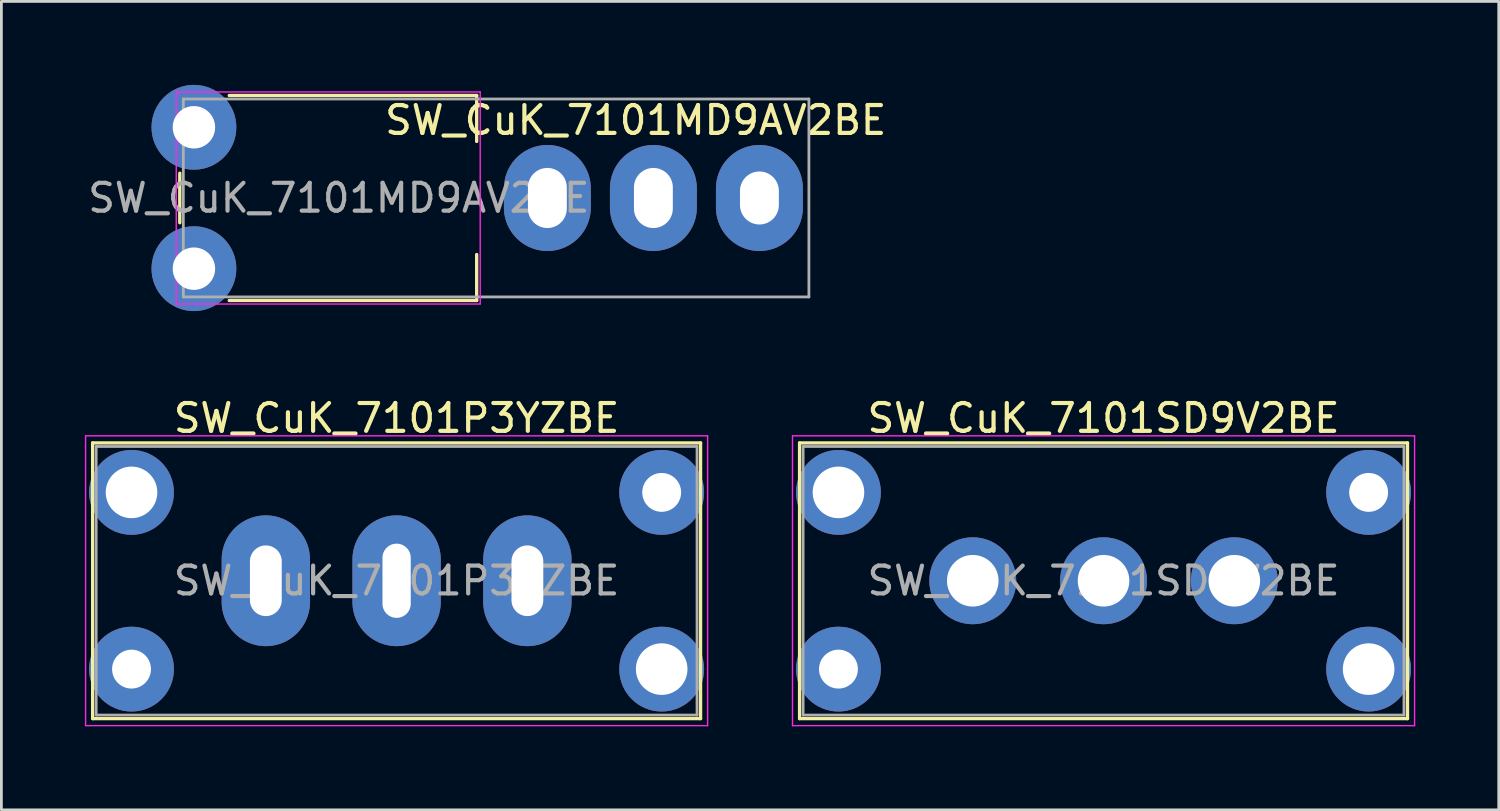
<source format=kicad_pcb>
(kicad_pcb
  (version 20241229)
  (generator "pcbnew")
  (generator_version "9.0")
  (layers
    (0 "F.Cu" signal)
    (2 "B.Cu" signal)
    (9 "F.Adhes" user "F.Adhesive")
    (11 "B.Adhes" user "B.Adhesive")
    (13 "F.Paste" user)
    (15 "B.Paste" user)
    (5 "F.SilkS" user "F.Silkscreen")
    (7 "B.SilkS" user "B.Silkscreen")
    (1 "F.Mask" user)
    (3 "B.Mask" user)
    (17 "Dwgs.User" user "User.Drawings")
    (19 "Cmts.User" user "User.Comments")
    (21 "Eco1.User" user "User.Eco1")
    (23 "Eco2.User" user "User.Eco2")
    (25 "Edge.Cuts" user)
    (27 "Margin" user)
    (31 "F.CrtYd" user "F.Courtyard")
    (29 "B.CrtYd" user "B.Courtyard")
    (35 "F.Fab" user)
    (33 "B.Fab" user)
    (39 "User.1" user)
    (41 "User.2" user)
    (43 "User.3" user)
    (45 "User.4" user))
  (footprint "SW_CuK_7101SD9V2BE"
    (layer "F.Cu")
    (at 31.904 17.818)
    (property "Reference" "SW_CuK_7101SD9V2BE" (at 4.699 -5.842 0) (layer "F.SilkS") (effects (font (size 1 1) (thickness 0.15))))
    (attr through_hole)
    (fp_line (start -6.223 -4.953) (end -6.223 4.953) (stroke (width 0.12) (type solid)) (layer "F.SilkS"))
    (fp_line (start 15.621 -4.953) (end -6.223 -4.953) (stroke (width 0.12) (type solid)) (layer "F.SilkS"))
    (fp_line (start 15.621 -4.953) (end 15.621 4.953) (stroke (width 0.12) (type solid)) (layer "F.SilkS"))
    (fp_line (start 15.621 4.953) (end -6.223 4.953) (stroke (width 0.12) (type solid)) (layer "F.SilkS"))
    (fp_line (start -6.477 -5.207) (end 15.875 -5.207) (stroke (width 0.05) (type solid)) (layer "F.CrtYd"))
    (fp_line (start -6.477 5.207) (end -6.477 -5.207) (stroke (width 0.05) (type solid)) (layer "F.CrtYd"))
    (fp_line (start 15.875 -5.207) (end 15.875 5.207) (stroke (width 0.05) (type solid)) (layer "F.CrtYd"))
    (fp_line (start 15.875 5.207) (end -6.477 5.207) (stroke (width 0.05) (type solid)) (layer "F.CrtYd"))
    (fp_line (start -6.096 -4.826) (end 15.494 -4.826) (stroke (width 0.1) (type solid)) (layer "F.Fab"))
    (fp_line (start -6.096 4.826) (end -6.096 -4.826) (stroke (width 0.1) (type solid)) (layer "F.Fab"))
    (fp_line (start 15.494 -4.826) (end 15.494 4.826) (stroke (width 0.1) (type solid)) (layer "F.Fab"))
    (fp_line (start 15.494 4.826) (end -6.096 4.826) (stroke (width 0.1) (type solid)) (layer "F.Fab"))
    (fp_text user "${REFERENCE}" (at 4.699 0 0) (layer "F.Fab") (effects (font (size 1 1) (thickness 0.15))))
    (pad "0" thru_hole circle (at -4.826 -3.175) (size 3.048 3.048) (drill 1.854) (layers "*.Cu" "*.Mask"))
    (pad "0" thru_hole circle (at -4.826 3.175) (size 3.048 3.048) (drill 1.397) (layers "*.Cu" "*.Mask"))
    (pad "0" thru_hole circle (at 14.224 -3.175) (size 3.048 3.048) (drill 1.397) (layers "*.Cu" "*.Mask"))
    (pad "0" thru_hole circle (at 14.224 3.175) (size 3.048 3.048) (drill 1.854) (layers "*.Cu" "*.Mask"))
    (pad "1" thru_hole circle (at 0 0) (size 3.124 3.124) (drill 1.854) (layers "*.Cu" "*.Mask"))
    (pad "2" thru_hole circle (at 4.699 0) (size 3.124 3.124) (drill 1.854) (layers "*.Cu" "*.Mask"))
    (pad "3" thru_hole circle (at 9.398 0) (size 3.124 3.124) (drill 1.854) (layers "*.Cu" "*.Mask")))
  (footprint "SW_CuK_7101P3YZBE"
    (layer "F.Cu")
    (at 6.502 17.818)
    (property "Reference" "SW_CuK_7101P3YZBE" (at 4.699 -5.842 0) (layer "F.SilkS") (effects (font (size 1 1) (thickness 0.15))))
    (attr through_hole)
    (fp_line (start -6.223 -4.953) (end -6.223 4.953) (stroke (width 0.12) (type solid)) (layer "F.SilkS"))
    (fp_line (start 15.621 -4.953) (end -6.223 -4.953) (stroke (width 0.12) (type solid)) (layer "F.SilkS"))
    (fp_line (start 15.621 -4.953) (end 15.621 4.953) (stroke (width 0.12) (type solid)) (layer "F.SilkS"))
    (fp_line (start 15.621 4.953) (end -6.223 4.953) (stroke (width 0.12) (type solid)) (layer "F.SilkS"))
    (fp_line (start -6.477 -5.207) (end 15.875 -5.207) (stroke (width 0.05) (type solid)) (layer "F.CrtYd"))
    (fp_line (start -6.477 5.207) (end -6.477 -5.207) (stroke (width 0.05) (type solid)) (layer "F.CrtYd"))
    (fp_line (start 15.875 -5.207) (end 15.875 5.207) (stroke (width 0.05) (type solid)) (layer "F.CrtYd"))
    (fp_line (start 15.875 5.207) (end -6.477 5.207) (stroke (width 0.05) (type solid)) (layer "F.CrtYd"))
    (fp_line (start -6.096 -4.826) (end 15.494 -4.826) (stroke (width 0.1) (type solid)) (layer "F.Fab"))
    (fp_line (start -6.096 4.826) (end -6.096 -4.826) (stroke (width 0.1) (type solid)) (layer "F.Fab"))
    (fp_line (start 15.494 -4.826) (end 15.494 4.826) (stroke (width 0.1) (type solid)) (layer "F.Fab"))
    (fp_line (start 15.494 4.826) (end -6.096 4.826) (stroke (width 0.1) (type solid)) (layer "F.Fab"))
    (fp_text user "${REFERENCE}" (at 4.699 0 0) (layer "F.Fab") (effects (font (size 1 1) (thickness 0.15))))
    (pad "0" thru_hole circle (at -4.826 -3.175) (size 3.048 3.048) (drill 1.854) (layers "*.Cu" "*.Mask"))
    (pad "0" thru_hole circle (at -4.826 3.175) (size 3.048 3.048) (drill 1.397) (layers "*.Cu" "*.Mask"))
    (pad "0" thru_hole circle (at 14.224 -3.175) (size 3.048 3.048) (drill 1.397) (layers "*.Cu" "*.Mask"))
    (pad "0" thru_hole circle (at 14.224 3.175) (size 3.048 3.048) (drill 1.854) (layers "*.Cu" "*.Mask"))
    (pad "1" thru_hole oval (at 0 0) (size 3.175 4.699) (drill oval 1.143 2.54) (layers "*.Cu" "*.Mask"))
    (pad "2" thru_hole oval (at 4.699 0) (size 3.175 4.699) (drill oval 1.016 2.667) (layers "*.Cu" "*.Mask"))
    (pad "3" thru_hole oval (at 9.398 0) (size 3.175 4.699) (drill oval 1.143 2.54) (layers "*.Cu" "*.Mask")))
  (footprint "SW_CuK_7101MD9AV2BE"
    (layer "F.Cu")
    (at 16.618 4.064)
    (property "Reference" "SW_CuK_7101MD9AV2BE" (at 3.175 -2.794 0) (layer "F.SilkS") (effects (font (size 1 1) (thickness 0.15))))
    (attr through_hole)
    (fp_line (start -13.208 -0.889) (end -13.208 0.889) (stroke (width 0.12) (type solid)) (layer "F.SilkS"))
    (fp_line (start -2.54 -3.683) (end -11.43 -3.683) (stroke (width 0.12) (type solid)) (layer "F.SilkS"))
    (fp_line (start -2.54 -3.683) (end -2.54 -2.032) (stroke (width 0.12) (type solid)) (layer "F.SilkS"))
    (fp_line (start -2.54 2.032) (end -2.54 3.683) (stroke (width 0.12) (type solid)) (layer "F.SilkS"))
    (fp_line (start -2.54 3.683) (end -11.43 3.683) (stroke (width 0.12) (type solid)) (layer "F.SilkS"))
    (fp_line (start -13.335 -3.81) (end -2.413 -3.81) (stroke (width 0.05) (type solid)) (layer "F.CrtYd"))
    (fp_line (start -13.335 3.81) (end -13.335 -3.81) (stroke (width 0.05) (type solid)) (layer "F.CrtYd"))
    (fp_line (start -2.413 -3.81) (end -2.413 3.81) (stroke (width 0.05) (type solid)) (layer "F.CrtYd"))
    (fp_line (start -2.413 3.81) (end -13.335 3.81) (stroke (width 0.05) (type solid)) (layer "F.CrtYd"))
    (fp_line (start -13.081 -3.556) (end 9.398 -3.556) (stroke (width 0.1) (type solid)) (layer "F.Fab"))
    (fp_line (start -13.081 3.556) (end -13.081 -3.556) (stroke (width 0.1) (type solid)) (layer "F.Fab"))
    (fp_line (start 9.398 -3.556) (end 9.398 3.556) (stroke (width 0.1) (type solid)) (layer "F.Fab"))
    (fp_line (start 9.398 3.556) (end -13.081 3.556) (stroke (width 0.1) (type solid)) (layer "F.Fab"))
    (fp_text user "${REFERENCE}" (at -7.493 0 0) (layer "F.Fab") (effects (font (size 1 1) (thickness 0.15))))
    (pad "0" thru_hole circle (at -12.7 -2.54) (size 3.048 3.048) (drill 1.524) (layers "*.Cu" "*.Mask"))
    (pad "0" thru_hole circle (at -12.7 2.54) (size 3.048 3.048) (drill 1.524) (layers "*.Cu" "*.Mask"))
    (pad "1" thru_hole oval (at 0 0) (size 3.124 3.81) (drill oval 1.397 2.159) (layers "*.Cu" "*.Mask"))
    (pad "2" thru_hole oval (at 3.81 0) (size 3.124 3.81) (drill oval 1.397 2.159) (layers "*.Cu" "*.Mask"))
    (pad "3" thru_hole oval (at 7.62 0) (size 3.124 3.81) (drill oval 1.397 1.905) (layers "*.Cu" "*.Mask")))
  (gr_rect
    (start -3 -3)
    (end 50.804 26.05)
    (stroke (width 0.1) (type default))
    (fill no)
    (layer "Edge.Cuts")))
</source>
